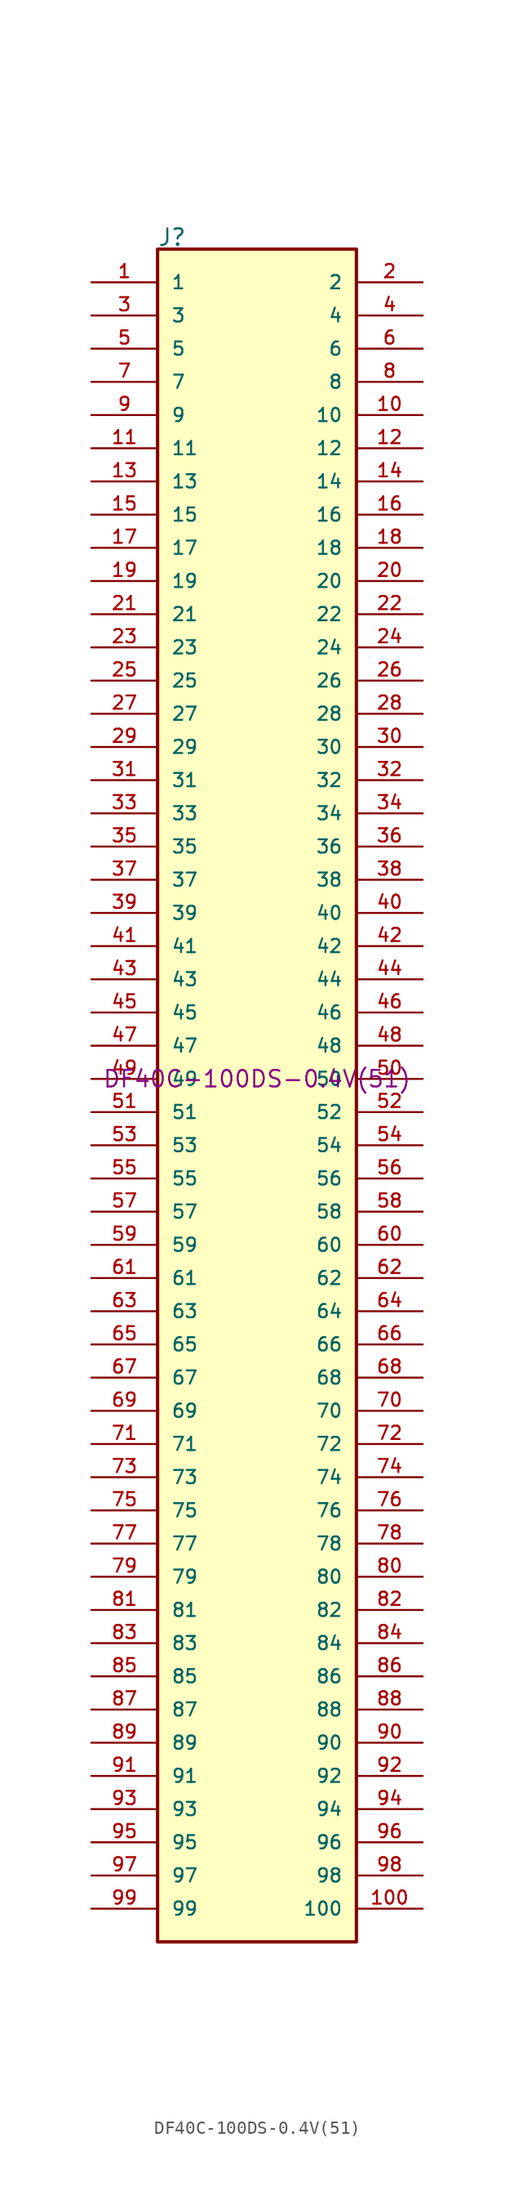
<source format=kicad_sym>
(kicad_symbol_lib
  (version 20241209)
  (generator "kicad_symbol_editor")
  (generator_version "9.0")
  (symbol "DF40C-100DS-0.4V(51)"
    (pin_names
      (offset 1.016))
    (property "Reference" "J"
      (at -7.638 63.653 0)
      (effects (font (size 1.27 1.27)) (justify left bottom)))
    (property "PartNumber" "DF40C-100DS-0.4V(51)"
      (at 0 0 0)
      (effects (font (size 1.27 1.27))))
    (symbol "DF40C-100DS-0.4V(51)_0_0"
      (rectangle (start -7.62 -66.04) (end 7.62 63.5) (stroke (width 0.254) (type default)) (fill (type background)))
      (pin passive line (at -12.7 60.96 0) (length 5.08) (name "1" (effects (font (size 1.016 1.016)))) (number "1" (effects (font (size 1.016 1.016)))))
      (pin passive line (at -12.7 58.42 0) (length 5.08) (name "3" (effects (font (size 1.016 1.016)))) (number "3" (effects (font (size 1.016 1.016)))))
      (pin passive line (at -12.7 55.88 0) (length 5.08) (name "5" (effects (font (size 1.016 1.016)))) (number "5" (effects (font (size 1.016 1.016)))))
      (pin passive line (at -12.7 53.34 0) (length 5.08) (name "7" (effects (font (size 1.016 1.016)))) (number "7" (effects (font (size 1.016 1.016)))))
      (pin passive line (at -12.7 50.8 0) (length 5.08) (name "9" (effects (font (size 1.016 1.016)))) (number "9" (effects (font (size 1.016 1.016)))))
      (pin passive line (at -12.7 48.26 0) (length 5.08) (name "11" (effects (font (size 1.016 1.016)))) (number "11" (effects (font (size 1.016 1.016)))))
      (pin passive line (at -12.7 45.72 0) (length 5.08) (name "13" (effects (font (size 1.016 1.016)))) (number "13" (effects (font (size 1.016 1.016)))))
      (pin passive line (at -12.7 43.18 0) (length 5.08) (name "15" (effects (font (size 1.016 1.016)))) (number "15" (effects (font (size 1.016 1.016)))))
      (pin passive line (at -12.7 40.64 0) (length 5.08) (name "17" (effects (font (size 1.016 1.016)))) (number "17" (effects (font (size 1.016 1.016)))))
      (pin passive line (at -12.7 38.1 0) (length 5.08) (name "19" (effects (font (size 1.016 1.016)))) (number "19" (effects (font (size 1.016 1.016)))))
      (pin passive line (at -12.7 35.56 0) (length 5.08) (name "21" (effects (font (size 1.016 1.016)))) (number "21" (effects (font (size 1.016 1.016)))))
      (pin passive line (at -12.7 33.02 0) (length 5.08) (name "23" (effects (font (size 1.016 1.016)))) (number "23" (effects (font (size 1.016 1.016)))))
      (pin passive line (at -12.7 30.48 0) (length 5.08) (name "25" (effects (font (size 1.016 1.016)))) (number "25" (effects (font (size 1.016 1.016)))))
      (pin passive line (at -12.7 27.94 0) (length 5.08) (name "27" (effects (font (size 1.016 1.016)))) (number "27" (effects (font (size 1.016 1.016)))))
      (pin passive line (at -12.7 25.4 0) (length 5.08) (name "29" (effects (font (size 1.016 1.016)))) (number "29" (effects (font (size 1.016 1.016)))))
      (pin passive line (at -12.7 22.86 0) (length 5.08) (name "31" (effects (font (size 1.016 1.016)))) (number "31" (effects (font (size 1.016 1.016)))))
      (pin passive line (at -12.7 20.32 0) (length 5.08) (name "33" (effects (font (size 1.016 1.016)))) (number "33" (effects (font (size 1.016 1.016)))))
      (pin passive line (at -12.7 17.78 0) (length 5.08) (name "35" (effects (font (size 1.016 1.016)))) (number "35" (effects (font (size 1.016 1.016)))))
      (pin passive line (at -12.7 15.24 0) (length 5.08) (name "37" (effects (font (size 1.016 1.016)))) (number "37" (effects (font (size 1.016 1.016)))))
      (pin passive line (at -12.7 12.7 0) (length 5.08) (name "39" (effects (font (size 1.016 1.016)))) (number "39" (effects (font (size 1.016 1.016)))))
      (pin passive line (at -12.7 10.16 0) (length 5.08) (name "41" (effects (font (size 1.016 1.016)))) (number "41" (effects (font (size 1.016 1.016)))))
      (pin passive line (at -12.7 7.62 0) (length 5.08) (name "43" (effects (font (size 1.016 1.016)))) (number "43" (effects (font (size 1.016 1.016)))))
      (pin passive line (at -12.7 5.08 0) (length 5.08) (name "45" (effects (font (size 1.016 1.016)))) (number "45" (effects (font (size 1.016 1.016)))))
      (pin passive line (at -12.7 2.54 0) (length 5.08) (name "47" (effects (font (size 1.016 1.016)))) (number "47" (effects (font (size 1.016 1.016)))))
      (pin passive line (at -12.7 0 0) (length 5.08) (name "49" (effects (font (size 1.016 1.016)))) (number "49" (effects (font (size 1.016 1.016)))))
      (pin passive line (at -12.7 -2.54 0) (length 5.08) (name "51" (effects (font (size 1.016 1.016)))) (number "51" (effects (font (size 1.016 1.016)))))
      (pin passive line (at -12.7 -5.08 0) (length 5.08) (name "53" (effects (font (size 1.016 1.016)))) (number "53" (effects (font (size 1.016 1.016)))))
      (pin passive line (at -12.7 -7.62 0) (length 5.08) (name "55" (effects (font (size 1.016 1.016)))) (number "55" (effects (font (size 1.016 1.016)))))
      (pin passive line (at -12.7 -10.16 0) (length 5.08) (name "57" (effects (font (size 1.016 1.016)))) (number "57" (effects (font (size 1.016 1.016)))))
      (pin passive line (at -12.7 -12.7 0) (length 5.08) (name "59" (effects (font (size 1.016 1.016)))) (number "59" (effects (font (size 1.016 1.016)))))
      (pin passive line (at -12.7 -15.24 0) (length 5.08) (name "61" (effects (font (size 1.016 1.016)))) (number "61" (effects (font (size 1.016 1.016)))))
      (pin passive line (at -12.7 -17.78 0) (length 5.08) (name "63" (effects (font (size 1.016 1.016)))) (number "63" (effects (font (size 1.016 1.016)))))
      (pin passive line (at -12.7 -20.32 0) (length 5.08) (name "65" (effects (font (size 1.016 1.016)))) (number "65" (effects (font (size 1.016 1.016)))))
      (pin passive line (at -12.7 -22.86 0) (length 5.08) (name "67" (effects (font (size 1.016 1.016)))) (number "67" (effects (font (size 1.016 1.016)))))
      (pin passive line (at -12.7 -25.4 0) (length 5.08) (name "69" (effects (font (size 1.016 1.016)))) (number "69" (effects (font (size 1.016 1.016)))))
      (pin passive line (at -12.7 -27.94 0) (length 5.08) (name "71" (effects (font (size 1.016 1.016)))) (number "71" (effects (font (size 1.016 1.016)))))
      (pin passive line (at -12.7 -30.48 0) (length 5.08) (name "73" (effects (font (size 1.016 1.016)))) (number "73" (effects (font (size 1.016 1.016)))))
      (pin passive line (at -12.7 -33.02 0) (length 5.08) (name "75" (effects (font (size 1.016 1.016)))) (number "75" (effects (font (size 1.016 1.016)))))
      (pin passive line (at -12.7 -35.56 0) (length 5.08) (name "77" (effects (font (size 1.016 1.016)))) (number "77" (effects (font (size 1.016 1.016)))))
      (pin passive line (at -12.7 -38.1 0) (length 5.08) (name "79" (effects (font (size 1.016 1.016)))) (number "79" (effects (font (size 1.016 1.016)))))
      (pin passive line (at -12.7 -40.64 0) (length 5.08) (name "81" (effects (font (size 1.016 1.016)))) (number "81" (effects (font (size 1.016 1.016)))))
      (pin passive line (at -12.7 -43.18 0) (length 5.08) (name "83" (effects (font (size 1.016 1.016)))) (number "83" (effects (font (size 1.016 1.016)))))
      (pin passive line (at -12.7 -45.72 0) (length 5.08) (name "85" (effects (font (size 1.016 1.016)))) (number "85" (effects (font (size 1.016 1.016)))))
      (pin passive line (at -12.7 -48.26 0) (length 5.08) (name "87" (effects (font (size 1.016 1.016)))) (number "87" (effects (font (size 1.016 1.016)))))
      (pin passive line (at -12.7 -50.8 0) (length 5.08) (name "89" (effects (font (size 1.016 1.016)))) (number "89" (effects (font (size 1.016 1.016)))))
      (pin passive line (at -12.7 -53.34 0) (length 5.08) (name "91" (effects (font (size 1.016 1.016)))) (number "91" (effects (font (size 1.016 1.016)))))
      (pin passive line (at -12.7 -55.88 0) (length 5.08) (name "93" (effects (font (size 1.016 1.016)))) (number "93" (effects (font (size 1.016 1.016)))))
      (pin passive line (at -12.7 -58.42 0) (length 5.08) (name "95" (effects (font (size 1.016 1.016)))) (number "95" (effects (font (size 1.016 1.016)))))
      (pin passive line (at -12.7 -60.96 0) (length 5.08) (name "97" (effects (font (size 1.016 1.016)))) (number "97" (effects (font (size 1.016 1.016)))))
      (pin passive line (at -12.7 -63.5 0) (length 5.08) (name "99" (effects (font (size 1.016 1.016)))) (number "99" (effects (font (size 1.016 1.016)))))
      (pin passive line (at 12.7 60.96 180) (length 5.08) (name "2" (effects (font (size 1.016 1.016)))) (number "2" (effects (font (size 1.016 1.016)))))
      (pin passive line (at 12.7 58.42 180) (length 5.08) (name "4" (effects (font (size 1.016 1.016)))) (number "4" (effects (font (size 1.016 1.016)))))
      (pin passive line (at 12.7 55.88 180) (length 5.08) (name "6" (effects (font (size 1.016 1.016)))) (number "6" (effects (font (size 1.016 1.016)))))
      (pin passive line (at 12.7 53.34 180) (length 5.08) (name "8" (effects (font (size 1.016 1.016)))) (number "8" (effects (font (size 1.016 1.016)))))
      (pin passive line (at 12.7 50.8 180) (length 5.08) (name "10" (effects (font (size 1.016 1.016)))) (number "10" (effects (font (size 1.016 1.016)))))
      (pin passive line (at 12.7 48.26 180) (length 5.08) (name "12" (effects (font (size 1.016 1.016)))) (number "12" (effects (font (size 1.016 1.016)))))
      (pin passive line (at 12.7 45.72 180) (length 5.08) (name "14" (effects (font (size 1.016 1.016)))) (number "14" (effects (font (size 1.016 1.016)))))
      (pin passive line (at 12.7 43.18 180) (length 5.08) (name "16" (effects (font (size 1.016 1.016)))) (number "16" (effects (font (size 1.016 1.016)))))
      (pin passive line (at 12.7 40.64 180) (length 5.08) (name "18" (effects (font (size 1.016 1.016)))) (number "18" (effects (font (size 1.016 1.016)))))
      (pin passive line (at 12.7 38.1 180) (length 5.08) (name "20" (effects (font (size 1.016 1.016)))) (number "20" (effects (font (size 1.016 1.016)))))
      (pin passive line (at 12.7 35.56 180) (length 5.08) (name "22" (effects (font (size 1.016 1.016)))) (number "22" (effects (font (size 1.016 1.016)))))
      (pin passive line (at 12.7 33.02 180) (length 5.08) (name "24" (effects (font (size 1.016 1.016)))) (number "24" (effects (font (size 1.016 1.016)))))
      (pin passive line (at 12.7 30.48 180) (length 5.08) (name "26" (effects (font (size 1.016 1.016)))) (number "26" (effects (font (size 1.016 1.016)))))
      (pin passive line (at 12.7 27.94 180) (length 5.08) (name "28" (effects (font (size 1.016 1.016)))) (number "28" (effects (font (size 1.016 1.016)))))
      (pin passive line (at 12.7 25.4 180) (length 5.08) (name "30" (effects (font (size 1.016 1.016)))) (number "30" (effects (font (size 1.016 1.016)))))
      (pin passive line (at 12.7 22.86 180) (length 5.08) (name "32" (effects (font (size 1.016 1.016)))) (number "32" (effects (font (size 1.016 1.016)))))
      (pin passive line (at 12.7 20.32 180) (length 5.08) (name "34" (effects (font (size 1.016 1.016)))) (number "34" (effects (font (size 1.016 1.016)))))
      (pin passive line (at 12.7 17.78 180) (length 5.08) (name "36" (effects (font (size 1.016 1.016)))) (number "36" (effects (font (size 1.016 1.016)))))
      (pin passive line (at 12.7 15.24 180) (length 5.08) (name "38" (effects (font (size 1.016 1.016)))) (number "38" (effects (font (size 1.016 1.016)))))
      (pin passive line (at 12.7 12.7 180) (length 5.08) (name "40" (effects (font (size 1.016 1.016)))) (number "40" (effects (font (size 1.016 1.016)))))
      (pin passive line (at 12.7 10.16 180) (length 5.08) (name "42" (effects (font (size 1.016 1.016)))) (number "42" (effects (font (size 1.016 1.016)))))
      (pin passive line (at 12.7 7.62 180) (length 5.08) (name "44" (effects (font (size 1.016 1.016)))) (number "44" (effects (font (size 1.016 1.016)))))
      (pin passive line (at 12.7 5.08 180) (length 5.08) (name "46" (effects (font (size 1.016 1.016)))) (number "46" (effects (font (size 1.016 1.016)))))
      (pin passive line (at 12.7 2.54 180) (length 5.08) (name "48" (effects (font (size 1.016 1.016)))) (number "48" (effects (font (size 1.016 1.016)))))
      (pin passive line (at 12.7 0 180) (length 5.08) (name "50" (effects (font (size 1.016 1.016)))) (number "50" (effects (font (size 1.016 1.016)))))
      (pin passive line (at 12.7 -2.54 180) (length 5.08) (name "52" (effects (font (size 1.016 1.016)))) (number "52" (effects (font (size 1.016 1.016)))))
      (pin passive line (at 12.7 -5.08 180) (length 5.08) (name "54" (effects (font (size 1.016 1.016)))) (number "54" (effects (font (size 1.016 1.016)))))
      (pin passive line (at 12.7 -7.62 180) (length 5.08) (name "56" (effects (font (size 1.016 1.016)))) (number "56" (effects (font (size 1.016 1.016)))))
      (pin passive line (at 12.7 -10.16 180) (length 5.08) (name "58" (effects (font (size 1.016 1.016)))) (number "58" (effects (font (size 1.016 1.016)))))
      (pin passive line (at 12.7 -12.7 180) (length 5.08) (name "60" (effects (font (size 1.016 1.016)))) (number "60" (effects (font (size 1.016 1.016)))))
      (pin passive line (at 12.7 -15.24 180) (length 5.08) (name "62" (effects (font (size 1.016 1.016)))) (number "62" (effects (font (size 1.016 1.016)))))
      (pin passive line (at 12.7 -17.78 180) (length 5.08) (name "64" (effects (font (size 1.016 1.016)))) (number "64" (effects (font (size 1.016 1.016)))))
      (pin passive line (at 12.7 -20.32 180) (length 5.08) (name "66" (effects (font (size 1.016 1.016)))) (number "66" (effects (font (size 1.016 1.016)))))
      (pin passive line (at 12.7 -22.86 180) (length 5.08) (name "68" (effects (font (size 1.016 1.016)))) (number "68" (effects (font (size 1.016 1.016)))))
      (pin passive line (at 12.7 -25.4 180) (length 5.08) (name "70" (effects (font (size 1.016 1.016)))) (number "70" (effects (font (size 1.016 1.016)))))
      (pin passive line (at 12.7 -27.94 180) (length 5.08) (name "72" (effects (font (size 1.016 1.016)))) (number "72" (effects (font (size 1.016 1.016)))))
      (pin passive line (at 12.7 -30.48 180) (length 5.08) (name "74" (effects (font (size 1.016 1.016)))) (number "74" (effects (font (size 1.016 1.016)))))
      (pin passive line (at 12.7 -33.02 180) (length 5.08) (name "76" (effects (font (size 1.016 1.016)))) (number "76" (effects (font (size 1.016 1.016)))))
      (pin passive line (at 12.7 -35.56 180) (length 5.08) (name "78" (effects (font (size 1.016 1.016)))) (number "78" (effects (font (size 1.016 1.016)))))
      (pin passive line (at 12.7 -38.1 180) (length 5.08) (name "80" (effects (font (size 1.016 1.016)))) (number "80" (effects (font (size 1.016 1.016)))))
      (pin passive line (at 12.7 -40.64 180) (length 5.08) (name "82" (effects (font (size 1.016 1.016)))) (number "82" (effects (font (size 1.016 1.016)))))
      (pin passive line (at 12.7 -43.18 180) (length 5.08) (name "84" (effects (font (size 1.016 1.016)))) (number "84" (effects (font (size 1.016 1.016)))))
      (pin passive line (at 12.7 -45.72 180) (length 5.08) (name "86" (effects (font (size 1.016 1.016)))) (number "86" (effects (font (size 1.016 1.016)))))
      (pin passive line (at 12.7 -48.26 180) (length 5.08) (name "88" (effects (font (size 1.016 1.016)))) (number "88" (effects (font (size 1.016 1.016)))))
      (pin passive line (at 12.7 -50.8 180) (length 5.08) (name "90" (effects (font (size 1.016 1.016)))) (number "90" (effects (font (size 1.016 1.016)))))
      (pin passive line (at 12.7 -53.34 180) (length 5.08) (name "92" (effects (font (size 1.016 1.016)))) (number "92" (effects (font (size 1.016 1.016)))))
      (pin passive line (at 12.7 -55.88 180) (length 5.08) (name "94" (effects (font (size 1.016 1.016)))) (number "94" (effects (font (size 1.016 1.016)))))
      (pin passive line (at 12.7 -58.42 180) (length 5.08) (name "96" (effects (font (size 1.016 1.016)))) (number "96" (effects (font (size 1.016 1.016)))))
      (pin passive line (at 12.7 -60.96 180) (length 5.08) (name "98" (effects (font (size 1.016 1.016)))) (number "98" (effects (font (size 1.016 1.016)))))
      (pin passive line (at 12.7 -63.5 180) (length 5.08) (name "100" (effects (font (size 1.016 1.016)))) (number "100" (effects (font (size 1.016 1.016))))))))
</source>
